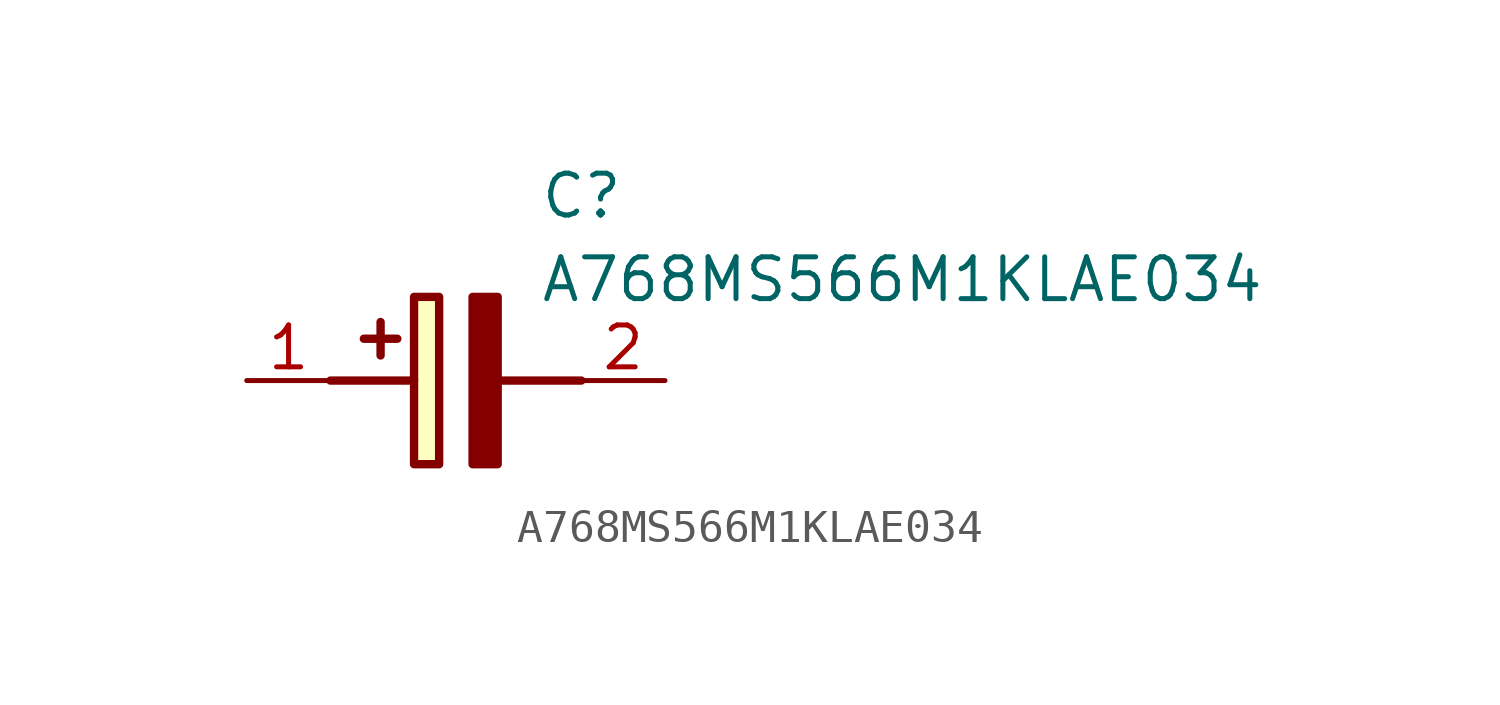
<source format=kicad_sym>
(kicad_symbol_lib
  (version 20211014)
  (generator SamacSys_ECAD_Model)
  (symbol "A768MS566M1KLAE034"
    (pin_names hide)
    (property "Reference" "C"
      (at 8.89 6.35 0)
      (effects (font (size 1.27 1.27)) (justify left top)))
    (property "Value" "A768MS566M1KLAE034"
      (at 8.89 3.81 0)
      (effects (font (size 1.27 1.27)) (justify left top)))
    (rectangle
      (start 5.08 2.54)
      (end 5.842 -2.54)
      (stroke (width 0.254) (type default))
      (fill (type background)))
    (polyline
      (pts (xy 4.572 1.27) (xy 3.556 1.27))
      (stroke (width 0.254) (type default))
      (fill (type none)))
    (polyline
      (pts (xy 4.064 1.778) (xy 4.064 0.762))
      (stroke (width 0.254) (type default))
      (fill (type none)))
    (polyline
      (pts (xy 2.54 0) (xy 5.08 0))
      (stroke (width 0.254) (type default))
      (fill (type none)))
    (polyline
      (pts (xy 7.62 0) (xy 10.16 0))
      (stroke (width 0.254) (type default))
      (fill (type none)))
    (polyline
      (pts (xy 7.62 2.54) (xy 7.62 -2.54) (xy 6.858 -2.54) (xy 6.858 2.54) (xy 7.62 2.54))
      (stroke (width 0.254) (type default))
      (fill (type outline)))
    (pin passive line
      (at 0 0 0)
      (length 2.54)
      (name "+" (effects (font (size 1.27 1.27))))
      (number "1" (effects (font (size 1.27 1.27)))))
    (pin passive line
      (at 12.7 0 180)
      (length 2.54)
      (name "-" (effects (font (size 1.27 1.27))))
      (number "2" (effects (font (size 1.27 1.27)))))))
</source>
